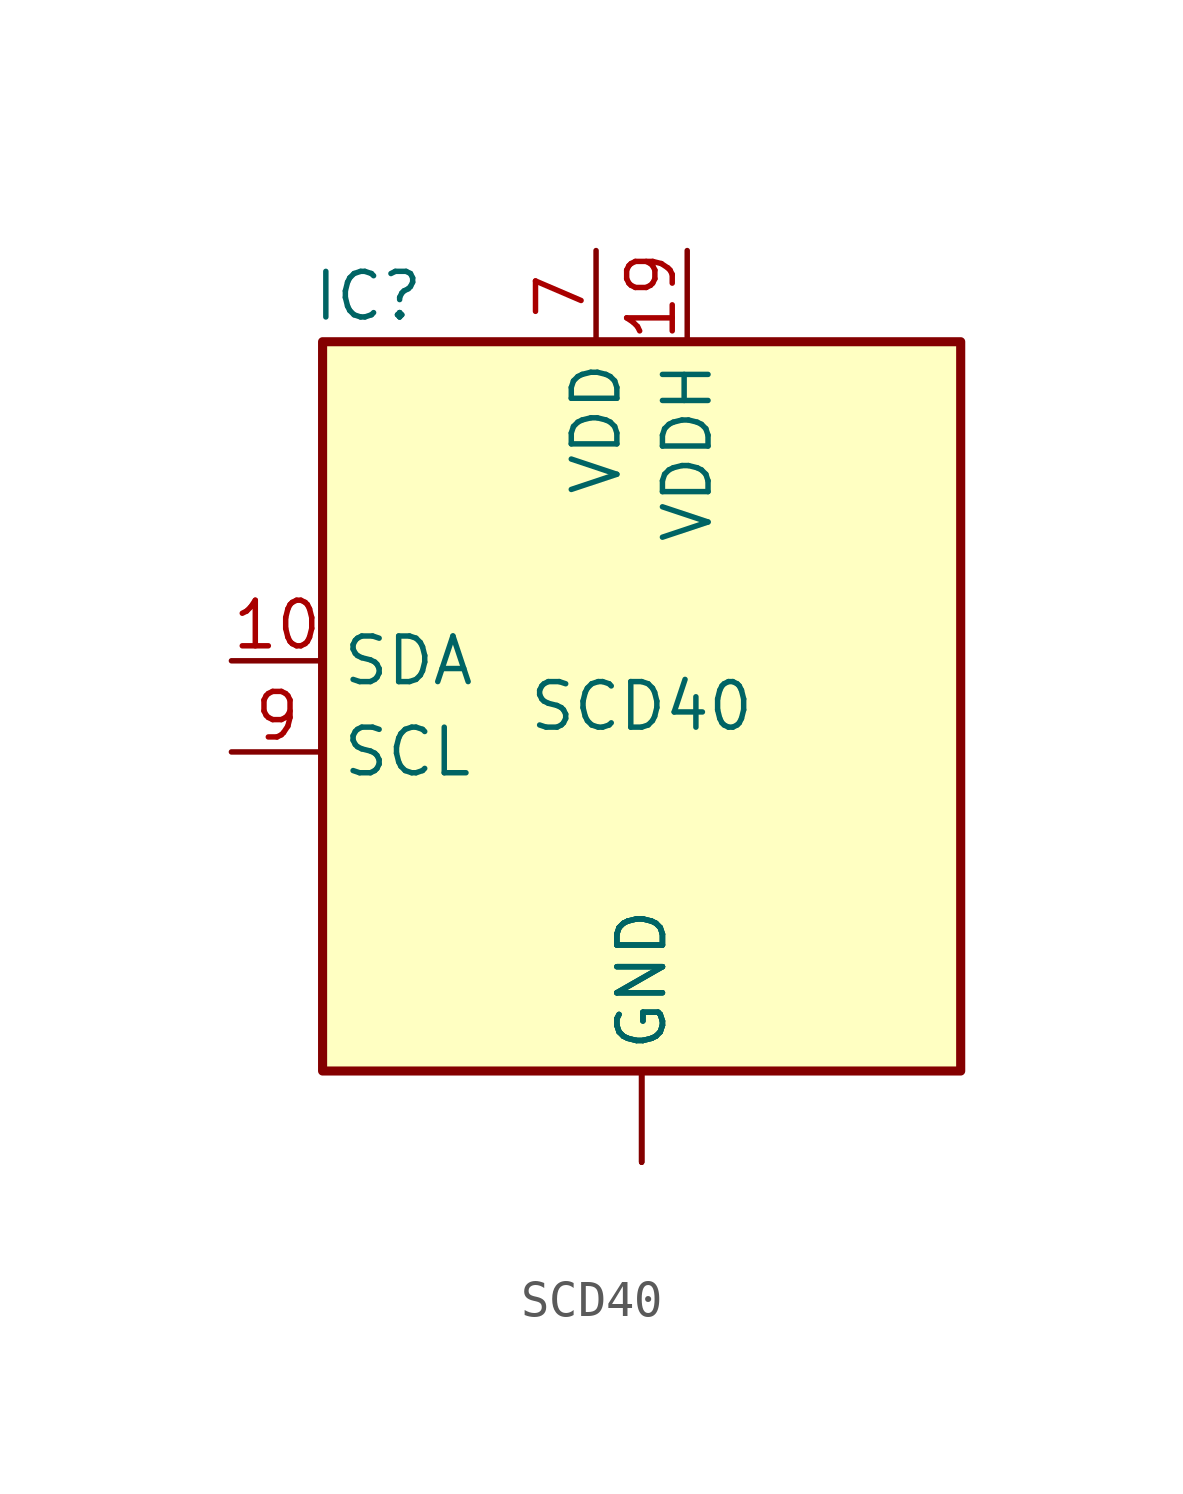
<source format=kicad_sym>
(kicad_symbol_lib
  (version 20220914)
  (generator kicad_symbol_editor)
  (symbol "SCD40"
    (property "Reference" "IC"
      (at -7.62 11.43 0)
      (effects (font (size 1.27 1.27))))
    (property "Value" "SCD40"
      (at 0 0 0)
      (effects (font (size 1.27 1.27))))
    (symbol "SCD40_1_0"
      (pin bidirectional line (at -11.43 1.27 0) (length 2.54) (name "SDA" (effects (font (size 1.27 1.27)))) (number "10" (effects (font (size 1.27 1.27)))))
      (pin power_in line (at 1.27 12.7 270) (length 2.54) (name "VDDH" (effects (font (size 1.27 1.27)))) (number "19" (effects (font (size 1.27 1.27)))))
      (pin power_in line (at 0 -12.7 90) (length 2.54) (name "GND" (effects (font (size 1.27 1.27)))) (number "20" (effects (font (size 0 0)))))
      (pin power_in line (at 0 -12.7 90) (length 2.54) (name "GND" (effects (font (size 1.27 1.27)))) (number "6" (effects (font (size 0 0)))))
      (pin power_in line (at -1.27 12.7 270) (length 2.54) (name "VDD" (effects (font (size 1.27 1.27)))) (number "7" (effects (font (size 1.27 1.27)))))
      (pin input line (at -11.43 -1.27 0) (length 2.54) (name "SCL" (effects (font (size 1.27 1.27)))) (number "9" (effects (font (size 1.27 1.27)))))
      (pin power_in line (at 0 -12.7 90) (length 2.54) (name "GND" (effects (font (size 1.27 1.27)))) (number "PAD" (effects (font (size 0 0))))))
    (symbol "SCD40_1_1"
      (rectangle (start -8.89 10.16) (end 8.89 -10.16) (stroke (width 0.254) (type default)) (fill (type background))))))
</source>
